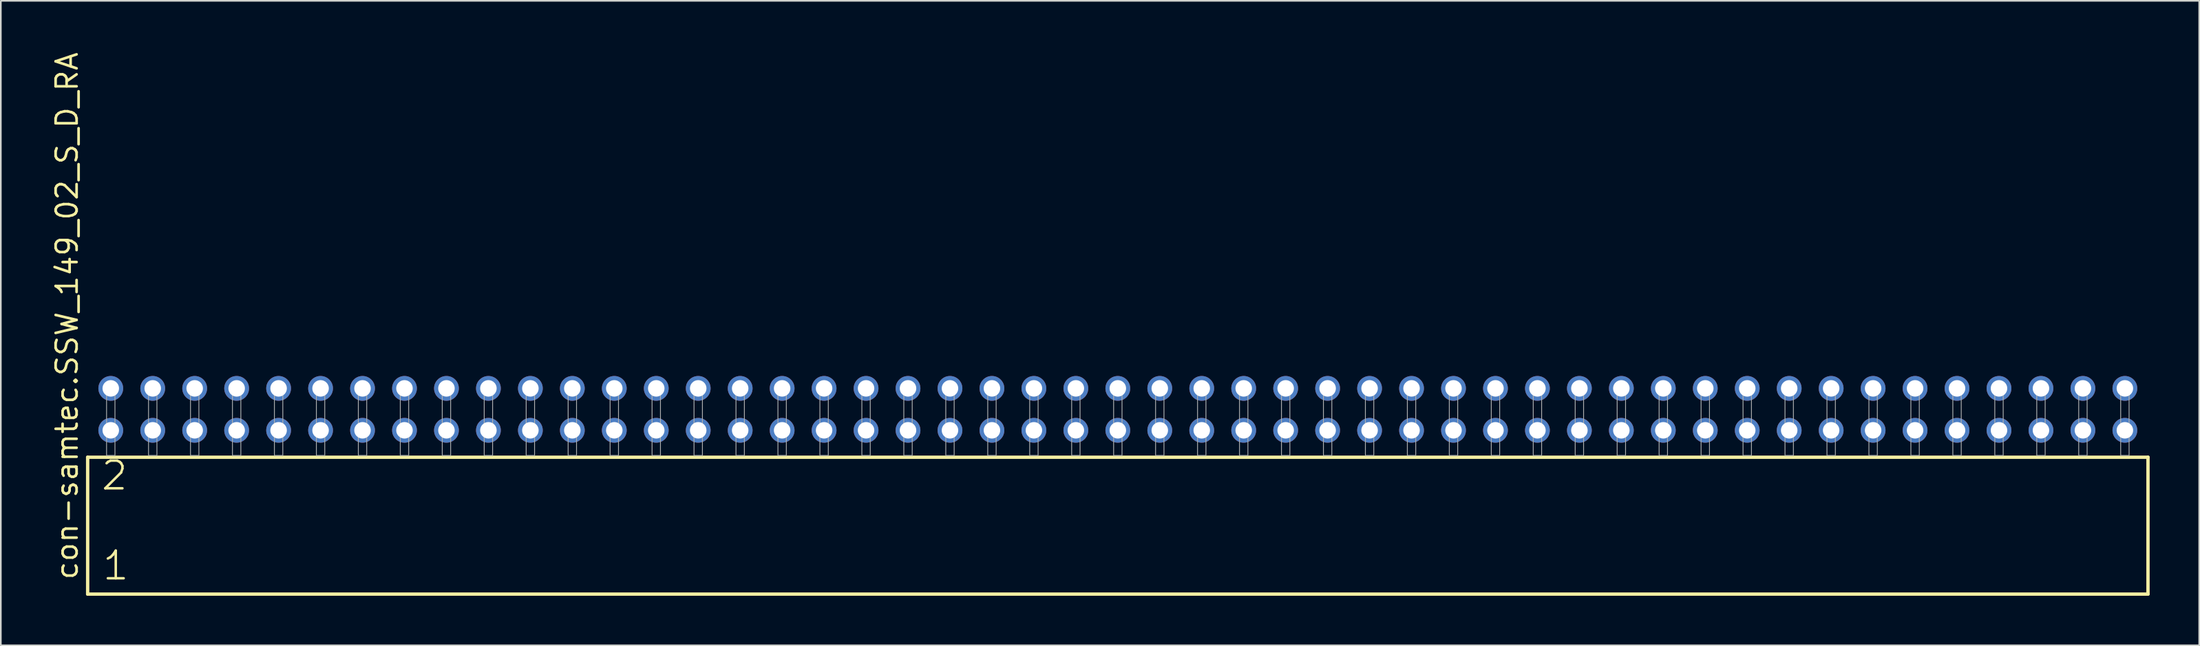
<source format=kicad_pcb>
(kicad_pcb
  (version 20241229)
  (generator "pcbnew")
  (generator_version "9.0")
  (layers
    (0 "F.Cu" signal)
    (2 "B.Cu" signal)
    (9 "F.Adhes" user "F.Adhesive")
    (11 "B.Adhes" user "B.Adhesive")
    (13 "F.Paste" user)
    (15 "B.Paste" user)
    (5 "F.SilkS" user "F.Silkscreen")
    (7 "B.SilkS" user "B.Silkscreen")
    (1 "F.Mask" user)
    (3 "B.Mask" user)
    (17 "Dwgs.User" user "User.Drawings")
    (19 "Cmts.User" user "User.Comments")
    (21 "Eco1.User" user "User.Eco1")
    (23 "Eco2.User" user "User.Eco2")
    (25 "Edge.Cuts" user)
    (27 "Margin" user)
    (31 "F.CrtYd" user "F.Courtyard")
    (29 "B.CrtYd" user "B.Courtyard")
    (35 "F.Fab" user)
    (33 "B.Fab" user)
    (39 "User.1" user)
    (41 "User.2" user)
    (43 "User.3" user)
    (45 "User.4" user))
  (footprint "con-samtec.SSW_149_02_S_D_RA"
    (layer "F.Cu")
    (at 64.615 24.537)
    (property "Reference" "con-samtec.SSW_149_02_S_D_RA" (at -62.865 7.62 90) (layer "F.SilkS") (effects (font (size 1.27 1.27) (thickness 0.16)) (justify left bottom)))
    (attr through_hole)
    (fp_line (start -62.359 0.106) (end -62.359 8.396) (stroke (width 0.203) (type default)) (layer "F.SilkS"))
    (fp_line (start -62.359 8.396) (end 62.359 8.396) (stroke (width 0.203) (type default)) (layer "F.SilkS"))
    (fp_line (start 62.359 0.106) (end -62.359 0.106) (stroke (width 0.203) (type default)) (layer "F.SilkS"))
    (fp_line (start 62.359 8.396) (end 62.359 0.106) (stroke (width 0.203) (type default)) (layer "F.SilkS"))
    (fp_rect (start -61.214 0) (end -60.706 -4.318) (stroke (width 0.05) (type default)) (fill no) (layer "F.Fab"))
    (fp_rect (start -58.674 0) (end -58.166 -4.318) (stroke (width 0.05) (type default)) (fill no) (layer "F.Fab"))
    (fp_rect (start -56.134 0) (end -55.626 -4.318) (stroke (width 0.05) (type default)) (fill no) (layer "F.Fab"))
    (fp_rect (start -53.594 0) (end -53.086 -4.318) (stroke (width 0.05) (type default)) (fill no) (layer "F.Fab"))
    (fp_rect (start -51.054 0) (end -50.546 -4.318) (stroke (width 0.05) (type default)) (fill no) (layer "F.Fab"))
    (fp_rect (start -48.514 0) (end -48.006 -4.318) (stroke (width 0.05) (type default)) (fill no) (layer "F.Fab"))
    (fp_rect (start -45.974 0) (end -45.466 -4.318) (stroke (width 0.05) (type default)) (fill no) (layer "F.Fab"))
    (fp_rect (start -43.434 0) (end -42.926 -4.318) (stroke (width 0.05) (type default)) (fill no) (layer "F.Fab"))
    (fp_rect (start -40.894 0) (end -40.386 -4.318) (stroke (width 0.05) (type default)) (fill no) (layer "F.Fab"))
    (fp_rect (start -38.354 0) (end -37.846 -4.318) (stroke (width 0.05) (type default)) (fill no) (layer "F.Fab"))
    (fp_rect (start -35.814 0) (end -35.306 -4.318) (stroke (width 0.05) (type default)) (fill no) (layer "F.Fab"))
    (fp_rect (start -33.274 0) (end -32.766 -4.318) (stroke (width 0.05) (type default)) (fill no) (layer "F.Fab"))
    (fp_rect (start -30.734 0) (end -30.226 -4.318) (stroke (width 0.05) (type default)) (fill no) (layer "F.Fab"))
    (fp_rect (start -28.194 0) (end -27.686 -4.318) (stroke (width 0.05) (type default)) (fill no) (layer "F.Fab"))
    (fp_rect (start -25.654 0) (end -25.146 -4.318) (stroke (width 0.05) (type default)) (fill no) (layer "F.Fab"))
    (fp_rect (start -23.114 0) (end -22.606 -4.318) (stroke (width 0.05) (type default)) (fill no) (layer "F.Fab"))
    (fp_rect (start -20.574 0) (end -20.066 -4.318) (stroke (width 0.05) (type default)) (fill no) (layer "F.Fab"))
    (fp_rect (start -18.034 0) (end -17.526 -4.318) (stroke (width 0.05) (type default)) (fill no) (layer "F.Fab"))
    (fp_rect (start -15.494 0) (end -14.986 -4.318) (stroke (width 0.05) (type default)) (fill no) (layer "F.Fab"))
    (fp_rect (start -12.954 0) (end -12.446 -4.318) (stroke (width 0.05) (type default)) (fill no) (layer "F.Fab"))
    (fp_rect (start -10.414 0) (end -9.906 -4.318) (stroke (width 0.05) (type default)) (fill no) (layer "F.Fab"))
    (fp_rect (start -7.874 0) (end -7.366 -4.318) (stroke (width 0.05) (type default)) (fill no) (layer "F.Fab"))
    (fp_rect (start -5.334 0) (end -4.826 -4.318) (stroke (width 0.05) (type default)) (fill no) (layer "F.Fab"))
    (fp_rect (start -2.794 0) (end -2.286 -4.318) (stroke (width 0.05) (type default)) (fill no) (layer "F.Fab"))
    (fp_rect (start -0.254 0) (end 0.254 -4.318) (stroke (width 0.05) (type default)) (fill no) (layer "F.Fab"))
    (fp_rect (start 2.286 0) (end 2.794 -4.318) (stroke (width 0.05) (type default)) (fill no) (layer "F.Fab"))
    (fp_rect (start 4.826 0) (end 5.334 -4.318) (stroke (width 0.05) (type default)) (fill no) (layer "F.Fab"))
    (fp_rect (start 7.366 0) (end 7.874 -4.318) (stroke (width 0.05) (type default)) (fill no) (layer "F.Fab"))
    (fp_rect (start 9.906 0) (end 10.414 -4.318) (stroke (width 0.05) (type default)) (fill no) (layer "F.Fab"))
    (fp_rect (start 12.446 0) (end 12.954 -4.318) (stroke (width 0.05) (type default)) (fill no) (layer "F.Fab"))
    (fp_rect (start 14.986 0) (end 15.494 -4.318) (stroke (width 0.05) (type default)) (fill no) (layer "F.Fab"))
    (fp_rect (start 17.526 0) (end 18.034 -4.318) (stroke (width 0.05) (type default)) (fill no) (layer "F.Fab"))
    (fp_rect (start 20.066 0) (end 20.574 -4.318) (stroke (width 0.05) (type default)) (fill no) (layer "F.Fab"))
    (fp_rect (start 22.606 0) (end 23.114 -4.318) (stroke (width 0.05) (type default)) (fill no) (layer "F.Fab"))
    (fp_rect (start 25.146 0) (end 25.654 -4.318) (stroke (width 0.05) (type default)) (fill no) (layer "F.Fab"))
    (fp_rect (start 27.686 0) (end 28.194 -4.318) (stroke (width 0.05) (type default)) (fill no) (layer "F.Fab"))
    (fp_rect (start 30.226 0) (end 30.734 -4.318) (stroke (width 0.05) (type default)) (fill no) (layer "F.Fab"))
    (fp_rect (start 32.766 0) (end 33.274 -4.318) (stroke (width 0.05) (type default)) (fill no) (layer "F.Fab"))
    (fp_rect (start 35.306 0) (end 35.814 -4.318) (stroke (width 0.05) (type default)) (fill no) (layer "F.Fab"))
    (fp_rect (start 37.846 0) (end 38.354 -4.318) (stroke (width 0.05) (type default)) (fill no) (layer "F.Fab"))
    (fp_rect (start 40.386 0) (end 40.894 -4.318) (stroke (width 0.05) (type default)) (fill no) (layer "F.Fab"))
    (fp_rect (start 42.926 0) (end 43.434 -4.318) (stroke (width 0.05) (type default)) (fill no) (layer "F.Fab"))
    (fp_rect (start 45.466 0) (end 45.974 -4.318) (stroke (width 0.05) (type default)) (fill no) (layer "F.Fab"))
    (fp_rect (start 48.006 0) (end 48.514 -4.318) (stroke (width 0.05) (type default)) (fill no) (layer "F.Fab"))
    (fp_rect (start 50.546 0) (end 51.054 -4.318) (stroke (width 0.05) (type default)) (fill no) (layer "F.Fab"))
    (fp_rect (start 53.086 0) (end 53.594 -4.318) (stroke (width 0.05) (type default)) (fill no) (layer "F.Fab"))
    (fp_rect (start 55.626 0) (end 56.134 -4.318) (stroke (width 0.05) (type default)) (fill no) (layer "F.Fab"))
    (fp_rect (start 58.166 0) (end 58.674 -4.318) (stroke (width 0.05) (type default)) (fill no) (layer "F.Fab"))
    (fp_rect (start 60.706 0) (end 61.214 -4.318) (stroke (width 0.05) (type default)) (fill no) (layer "F.Fab"))
    (fp_text user "2" (at -61.63 2.2 0) (layer "F.SilkS") (effects (font (size 1.676 1.676) (thickness 0.15)) (justify left bottom)))
    (fp_text user "1" (at -61.555 7.65 0) (layer "F.SilkS") (effects (font (size 1.676 1.676) (thickness 0.15)) (justify left bottom)))
    (pad "1" thru_hole circle (at -60.96 -1.524) (size 1.5 1.5) (drill 1) (layers "*.Cu" "*.Mask"))
    (pad "2" thru_hole circle (at -60.96 -4.064) (size 1.5 1.5) (drill 1) (layers "*.Cu" "*.Mask"))
    (pad "3" thru_hole circle (at -58.42 -1.524) (size 1.5 1.5) (drill 1) (layers "*.Cu" "*.Mask"))
    (pad "4" thru_hole circle (at -58.42 -4.064) (size 1.5 1.5) (drill 1) (layers "*.Cu" "*.Mask"))
    (pad "5" thru_hole circle (at -55.88 -1.524) (size 1.5 1.5) (drill 1) (layers "*.Cu" "*.Mask"))
    (pad "6" thru_hole circle (at -55.88 -4.064) (size 1.5 1.5) (drill 1) (layers "*.Cu" "*.Mask"))
    (pad "7" thru_hole circle (at -53.34 -1.524) (size 1.5 1.5) (drill 1) (layers "*.Cu" "*.Mask"))
    (pad "8" thru_hole circle (at -53.34 -4.064) (size 1.5 1.5) (drill 1) (layers "*.Cu" "*.Mask"))
    (pad "9" thru_hole circle (at -50.8 -1.524) (size 1.5 1.5) (drill 1) (layers "*.Cu" "*.Mask"))
    (pad "10" thru_hole circle (at -50.8 -4.064) (size 1.5 1.5) (drill 1) (layers "*.Cu" "*.Mask"))
    (pad "11" thru_hole circle (at -48.26 -1.524) (size 1.5 1.5) (drill 1) (layers "*.Cu" "*.Mask"))
    (pad "12" thru_hole circle (at -48.26 -4.064) (size 1.5 1.5) (drill 1) (layers "*.Cu" "*.Mask"))
    (pad "13" thru_hole circle (at -45.72 -1.524) (size 1.5 1.5) (drill 1) (layers "*.Cu" "*.Mask"))
    (pad "14" thru_hole circle (at -45.72 -4.064) (size 1.5 1.5) (drill 1) (layers "*.Cu" "*.Mask"))
    (pad "15" thru_hole circle (at -43.18 -1.524) (size 1.5 1.5) (drill 1) (layers "*.Cu" "*.Mask"))
    (pad "16" thru_hole circle (at -43.18 -4.064) (size 1.5 1.5) (drill 1) (layers "*.Cu" "*.Mask"))
    (pad "17" thru_hole circle (at -40.64 -1.524) (size 1.5 1.5) (drill 1) (layers "*.Cu" "*.Mask"))
    (pad "18" thru_hole circle (at -40.64 -4.064) (size 1.5 1.5) (drill 1) (layers "*.Cu" "*.Mask"))
    (pad "19" thru_hole circle (at -38.1 -1.524) (size 1.5 1.5) (drill 1) (layers "*.Cu" "*.Mask"))
    (pad "20" thru_hole circle (at -38.1 -4.064) (size 1.5 1.5) (drill 1) (layers "*.Cu" "*.Mask"))
    (pad "21" thru_hole circle (at -35.56 -1.524) (size 1.5 1.5) (drill 1) (layers "*.Cu" "*.Mask"))
    (pad "22" thru_hole circle (at -35.56 -4.064) (size 1.5 1.5) (drill 1) (layers "*.Cu" "*.Mask"))
    (pad "23" thru_hole circle (at -33.02 -1.524) (size 1.5 1.5) (drill 1) (layers "*.Cu" "*.Mask"))
    (pad "24" thru_hole circle (at -33.02 -4.064) (size 1.5 1.5) (drill 1) (layers "*.Cu" "*.Mask"))
    (pad "25" thru_hole circle (at -30.48 -1.524) (size 1.5 1.5) (drill 1) (layers "*.Cu" "*.Mask"))
    (pad "26" thru_hole circle (at -30.48 -4.064) (size 1.5 1.5) (drill 1) (layers "*.Cu" "*.Mask"))
    (pad "27" thru_hole circle (at -27.94 -1.524) (size 1.5 1.5) (drill 1) (layers "*.Cu" "*.Mask"))
    (pad "28" thru_hole circle (at -27.94 -4.064) (size 1.5 1.5) (drill 1) (layers "*.Cu" "*.Mask"))
    (pad "29" thru_hole circle (at -25.4 -1.524) (size 1.5 1.5) (drill 1) (layers "*.Cu" "*.Mask"))
    (pad "30" thru_hole circle (at -25.4 -4.064) (size 1.5 1.5) (drill 1) (layers "*.Cu" "*.Mask"))
    (pad "31" thru_hole circle (at -22.86 -1.524) (size 1.5 1.5) (drill 1) (layers "*.Cu" "*.Mask"))
    (pad "32" thru_hole circle (at -22.86 -4.064) (size 1.5 1.5) (drill 1) (layers "*.Cu" "*.Mask"))
    (pad "33" thru_hole circle (at -20.32 -1.524) (size 1.5 1.5) (drill 1) (layers "*.Cu" "*.Mask"))
    (pad "34" thru_hole circle (at -20.32 -4.064) (size 1.5 1.5) (drill 1) (layers "*.Cu" "*.Mask"))
    (pad "35" thru_hole circle (at -17.78 -1.524) (size 1.5 1.5) (drill 1) (layers "*.Cu" "*.Mask"))
    (pad "36" thru_hole circle (at -17.78 -4.064) (size 1.5 1.5) (drill 1) (layers "*.Cu" "*.Mask"))
    (pad "37" thru_hole circle (at -15.24 -1.524) (size 1.5 1.5) (drill 1) (layers "*.Cu" "*.Mask"))
    (pad "38" thru_hole circle (at -15.24 -4.064) (size 1.5 1.5) (drill 1) (layers "*.Cu" "*.Mask"))
    (pad "39" thru_hole circle (at -12.7 -1.524) (size 1.5 1.5) (drill 1) (layers "*.Cu" "*.Mask"))
    (pad "40" thru_hole circle (at -12.7 -4.064) (size 1.5 1.5) (drill 1) (layers "*.Cu" "*.Mask"))
    (pad "41" thru_hole circle (at -10.16 -1.524) (size 1.5 1.5) (drill 1) (layers "*.Cu" "*.Mask"))
    (pad "42" thru_hole circle (at -10.16 -4.064) (size 1.5 1.5) (drill 1) (layers "*.Cu" "*.Mask"))
    (pad "43" thru_hole circle (at -7.62 -1.524) (size 1.5 1.5) (drill 1) (layers "*.Cu" "*.Mask"))
    (pad "44" thru_hole circle (at -7.62 -4.064) (size 1.5 1.5) (drill 1) (layers "*.Cu" "*.Mask"))
    (pad "45" thru_hole circle (at -5.08 -1.524) (size 1.5 1.5) (drill 1) (layers "*.Cu" "*.Mask"))
    (pad "46" thru_hole circle (at -5.08 -4.064) (size 1.5 1.5) (drill 1) (layers "*.Cu" "*.Mask"))
    (pad "47" thru_hole circle (at -2.54 -1.524) (size 1.5 1.5) (drill 1) (layers "*.Cu" "*.Mask"))
    (pad "48" thru_hole circle (at -2.54 -4.064) (size 1.5 1.5) (drill 1) (layers "*.Cu" "*.Mask"))
    (pad "49" thru_hole circle (at 0 -1.524) (size 1.5 1.5) (drill 1) (layers "*.Cu" "*.Mask"))
    (pad "50" thru_hole circle (at 0 -4.064) (size 1.5 1.5) (drill 1) (layers "*.Cu" "*.Mask"))
    (pad "51" thru_hole circle (at 2.54 -1.524) (size 1.5 1.5) (drill 1) (layers "*.Cu" "*.Mask"))
    (pad "52" thru_hole circle (at 2.54 -4.064) (size 1.5 1.5) (drill 1) (layers "*.Cu" "*.Mask"))
    (pad "53" thru_hole circle (at 5.08 -1.524) (size 1.5 1.5) (drill 1) (layers "*.Cu" "*.Mask"))
    (pad "54" thru_hole circle (at 5.08 -4.064) (size 1.5 1.5) (drill 1) (layers "*.Cu" "*.Mask"))
    (pad "55" thru_hole circle (at 7.62 -1.524) (size 1.5 1.5) (drill 1) (layers "*.Cu" "*.Mask"))
    (pad "56" thru_hole circle (at 7.62 -4.064) (size 1.5 1.5) (drill 1) (layers "*.Cu" "*.Mask"))
    (pad "57" thru_hole circle (at 10.16 -1.524) (size 1.5 1.5) (drill 1) (layers "*.Cu" "*.Mask"))
    (pad "58" thru_hole circle (at 10.16 -4.064) (size 1.5 1.5) (drill 1) (layers "*.Cu" "*.Mask"))
    (pad "59" thru_hole circle (at 12.7 -1.524) (size 1.5 1.5) (drill 1) (layers "*.Cu" "*.Mask"))
    (pad "60" thru_hole circle (at 12.7 -4.064) (size 1.5 1.5) (drill 1) (layers "*.Cu" "*.Mask"))
    (pad "61" thru_hole circle (at 15.24 -1.524) (size 1.5 1.5) (drill 1) (layers "*.Cu" "*.Mask"))
    (pad "62" thru_hole circle (at 15.24 -4.064) (size 1.5 1.5) (drill 1) (layers "*.Cu" "*.Mask"))
    (pad "63" thru_hole circle (at 17.78 -1.524) (size 1.5 1.5) (drill 1) (layers "*.Cu" "*.Mask"))
    (pad "64" thru_hole circle (at 17.78 -4.064) (size 1.5 1.5) (drill 1) (layers "*.Cu" "*.Mask"))
    (pad "65" thru_hole circle (at 20.32 -1.524) (size 1.5 1.5) (drill 1) (layers "*.Cu" "*.Mask"))
    (pad "66" thru_hole circle (at 20.32 -4.064) (size 1.5 1.5) (drill 1) (layers "*.Cu" "*.Mask"))
    (pad "67" thru_hole circle (at 22.86 -1.524) (size 1.5 1.5) (drill 1) (layers "*.Cu" "*.Mask"))
    (pad "68" thru_hole circle (at 22.86 -4.064) (size 1.5 1.5) (drill 1) (layers "*.Cu" "*.Mask"))
    (pad "69" thru_hole circle (at 25.4 -1.524) (size 1.5 1.5) (drill 1) (layers "*.Cu" "*.Mask"))
    (pad "70" thru_hole circle (at 25.4 -4.064) (size 1.5 1.5) (drill 1) (layers "*.Cu" "*.Mask"))
    (pad "71" thru_hole circle (at 27.94 -1.524) (size 1.5 1.5) (drill 1) (layers "*.Cu" "*.Mask"))
    (pad "72" thru_hole circle (at 27.94 -4.064) (size 1.5 1.5) (drill 1) (layers "*.Cu" "*.Mask"))
    (pad "73" thru_hole circle (at 30.48 -1.524) (size 1.5 1.5) (drill 1) (layers "*.Cu" "*.Mask"))
    (pad "74" thru_hole circle (at 30.48 -4.064) (size 1.5 1.5) (drill 1) (layers "*.Cu" "*.Mask"))
    (pad "75" thru_hole circle (at 33.02 -1.524) (size 1.5 1.5) (drill 1) (layers "*.Cu" "*.Mask"))
    (pad "76" thru_hole circle (at 33.02 -4.064) (size 1.5 1.5) (drill 1) (layers "*.Cu" "*.Mask"))
    (pad "77" thru_hole circle (at 35.56 -1.524) (size 1.5 1.5) (drill 1) (layers "*.Cu" "*.Mask"))
    (pad "78" thru_hole circle (at 35.56 -4.064) (size 1.5 1.5) (drill 1) (layers "*.Cu" "*.Mask"))
    (pad "79" thru_hole circle (at 38.1 -1.524) (size 1.5 1.5) (drill 1) (layers "*.Cu" "*.Mask"))
    (pad "80" thru_hole circle (at 38.1 -4.064) (size 1.5 1.5) (drill 1) (layers "*.Cu" "*.Mask"))
    (pad "81" thru_hole circle (at 40.64 -1.524) (size 1.5 1.5) (drill 1) (layers "*.Cu" "*.Mask"))
    (pad "82" thru_hole circle (at 40.64 -4.064) (size 1.5 1.5) (drill 1) (layers "*.Cu" "*.Mask"))
    (pad "83" thru_hole circle (at 43.18 -1.524) (size 1.5 1.5) (drill 1) (layers "*.Cu" "*.Mask"))
    (pad "84" thru_hole circle (at 43.18 -4.064) (size 1.5 1.5) (drill 1) (layers "*.Cu" "*.Mask"))
    (pad "85" thru_hole circle (at 45.72 -1.524) (size 1.5 1.5) (drill 1) (layers "*.Cu" "*.Mask"))
    (pad "86" thru_hole circle (at 45.72 -4.064) (size 1.5 1.5) (drill 1) (layers "*.Cu" "*.Mask"))
    (pad "87" thru_hole circle (at 48.26 -1.524) (size 1.5 1.5) (drill 1) (layers "*.Cu" "*.Mask"))
    (pad "88" thru_hole circle (at 48.26 -4.064) (size 1.5 1.5) (drill 1) (layers "*.Cu" "*.Mask"))
    (pad "89" thru_hole circle (at 50.8 -1.524) (size 1.5 1.5) (drill 1) (layers "*.Cu" "*.Mask"))
    (pad "90" thru_hole circle (at 50.8 -4.064) (size 1.5 1.5) (drill 1) (layers "*.Cu" "*.Mask"))
    (pad "91" thru_hole circle (at 53.34 -1.524) (size 1.5 1.5) (drill 1) (layers "*.Cu" "*.Mask"))
    (pad "92" thru_hole circle (at 53.34 -4.064) (size 1.5 1.5) (drill 1) (layers "*.Cu" "*.Mask"))
    (pad "93" thru_hole circle (at 55.88 -1.524) (size 1.5 1.5) (drill 1) (layers "*.Cu" "*.Mask"))
    (pad "94" thru_hole circle (at 55.88 -4.064) (size 1.5 1.5) (drill 1) (layers "*.Cu" "*.Mask"))
    (pad "95" thru_hole circle (at 58.42 -1.524) (size 1.5 1.5) (drill 1) (layers "*.Cu" "*.Mask"))
    (pad "96" thru_hole circle (at 58.42 -4.064) (size 1.5 1.5) (drill 1) (layers "*.Cu" "*.Mask"))
    (pad "97" thru_hole circle (at 60.96 -1.524) (size 1.5 1.5) (drill 1) (layers "*.Cu" "*.Mask"))
    (pad "98" thru_hole circle (at 60.96 -4.064) (size 1.5 1.5) (drill 1) (layers "*.Cu" "*.Mask")))
  (gr_rect
    (start -3 -3)
    (end 130.076 36.035)
    (stroke (width 0.1) (type default))
    (fill no)
    (layer "Edge.Cuts")))
</source>
